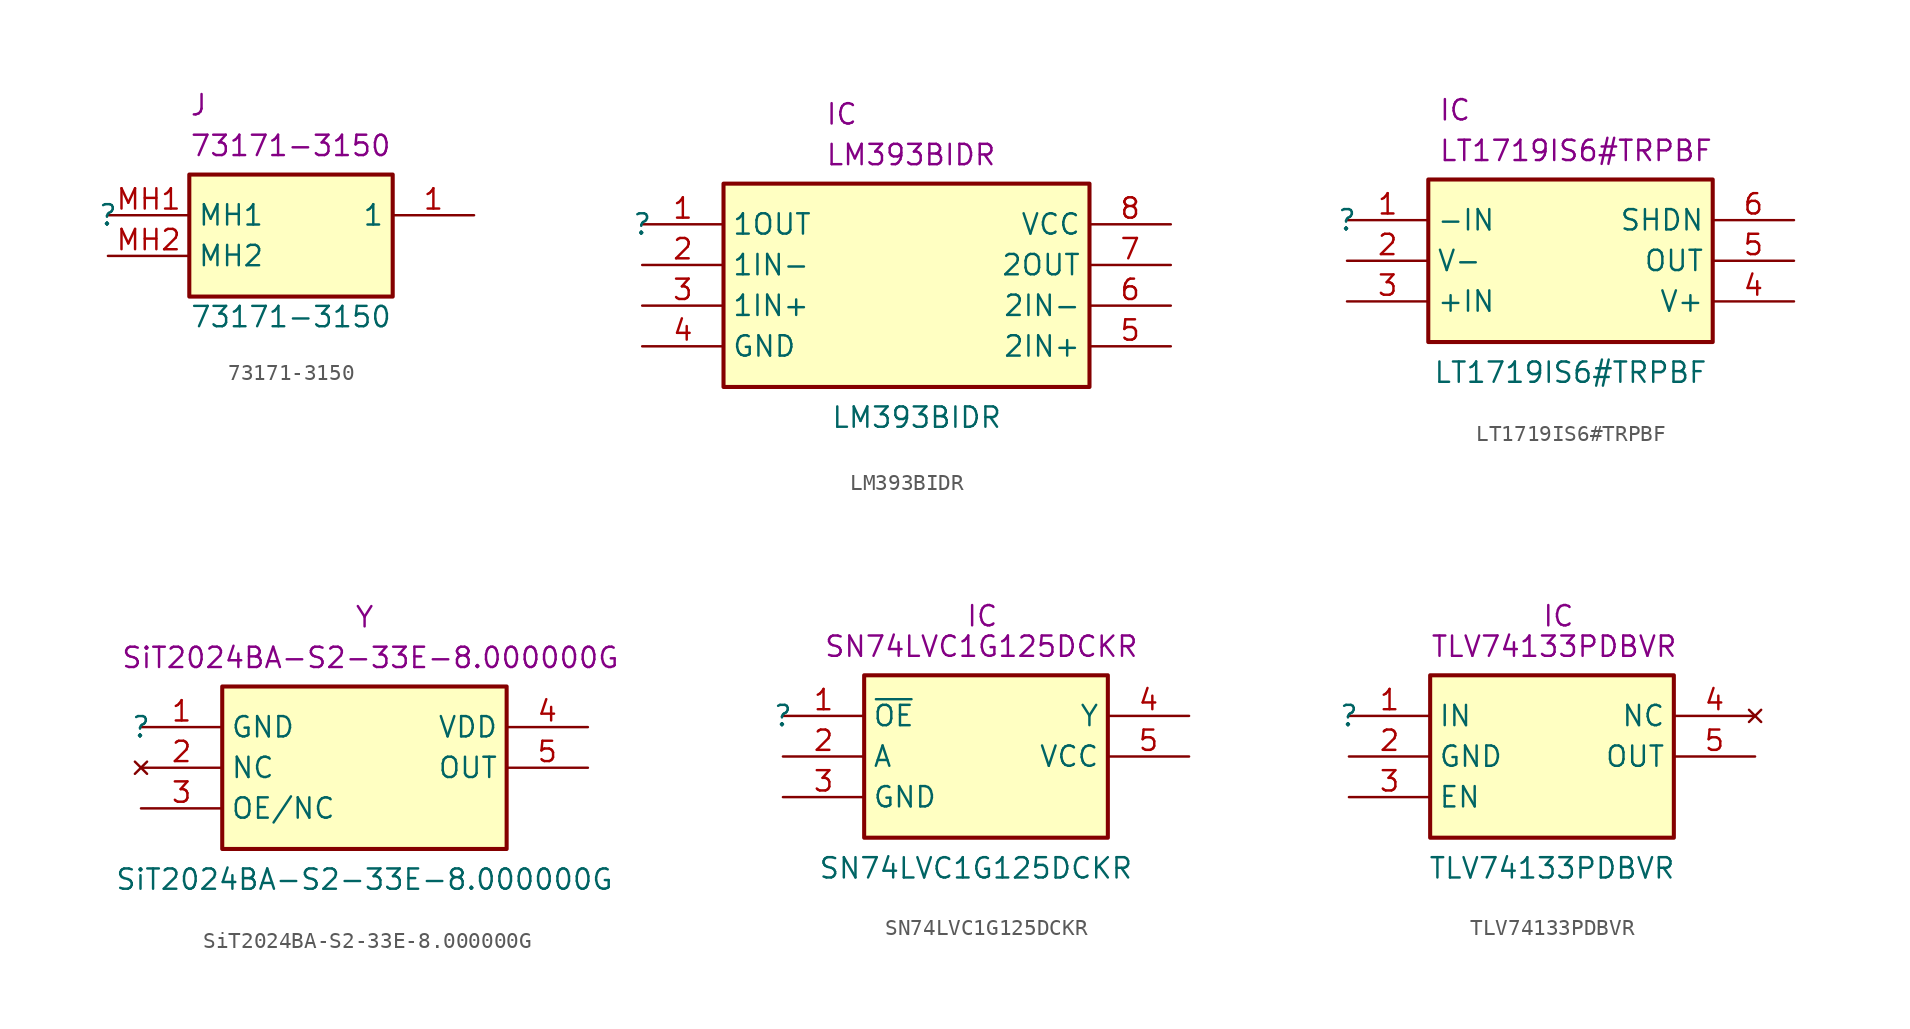
<source format=kicad_sym>
(kicad_symbol_lib
  (version 20211014)
  (generator kicad_symbol_editor)
  (symbol "73171-3150"
    (property "Reference" ""
      (at 0 0 0)
      (effects (font (size 1.27 1.27))))
    (property "Value" "73171-3150"
      (at 11.43 -6.35 0)
      (effects (font (size 1.27 1.27))))
    (property "Reference_1" "J"
      (at 5.08 7.62 0)
      (effects (font (size 1.27 1.27)) (justify left top)))
    (property "Value_1" "73171-3150"
      (at 5.08 5.08 0)
      (effects (font (size 1.27 1.27)) (justify left top)))
    (symbol "73171-3150_1_1"
      (rectangle (start 5.08 2.54) (end 17.78 -5.08) (stroke (width 0.254) (type default) (color 0 0 0 0)) (fill (type background)))
      (pin passive line (at 22.86 0 180) (length 5.08) (name "1" (effects (font (size 1.27 1.27)))) (number "1" (effects (font (size 1.27 1.27)))))
      (pin passive line (at 0 0 0) (length 5.08) (name "MH1" (effects (font (size 1.27 1.27)))) (number "MH1" (effects (font (size 1.27 1.27)))))
      (pin passive line (at 0 -2.54 0) (length 5.08) (name "MH2" (effects (font (size 1.27 1.27)))) (number "MH2" (effects (font (size 1.27 1.27)))))))
  (symbol "LM393BIDR"
    (property "Reference" ""
      (at 0 0 0)
      (effects (font (size 1.27 1.27))))
    (property "Value" "LM393BIDR"
      (at 17.145 -12.065 0)
      (effects (font (size 1.27 1.27))))
    (property "Reference_1" "IC"
      (at 11.43 7.62 0)
      (effects (font (size 1.27 1.27)) (justify left top)))
    (property "Value_1" "LM393BIDR"
      (at 11.43 5.08 0)
      (effects (font (size 1.27 1.27)) (justify left top)))
    (symbol "LM393BIDR_1_1"
      (rectangle (start 5.08 2.54) (end 27.94 -10.16) (stroke (width 0.254) (type default) (color 0 0 0 0)) (fill (type background)))
      (pin passive line (at 0 0 0) (length 5.08) (name "1OUT" (effects (font (size 1.27 1.27)))) (number "1" (effects (font (size 1.27 1.27)))))
      (pin passive line (at 0 -2.54 0) (length 5.08) (name "1IN-" (effects (font (size 1.27 1.27)))) (number "2" (effects (font (size 1.27 1.27)))))
      (pin passive line (at 0 -5.08 0) (length 5.08) (name "1IN+" (effects (font (size 1.27 1.27)))) (number "3" (effects (font (size 1.27 1.27)))))
      (pin passive line (at 0 -7.62 0) (length 5.08) (name "GND" (effects (font (size 1.27 1.27)))) (number "4" (effects (font (size 1.27 1.27)))))
      (pin passive line (at 33.02 -7.62 180) (length 5.08) (name "2IN+" (effects (font (size 1.27 1.27)))) (number "5" (effects (font (size 1.27 1.27)))))
      (pin passive line (at 33.02 -5.08 180) (length 5.08) (name "2IN-" (effects (font (size 1.27 1.27)))) (number "6" (effects (font (size 1.27 1.27)))))
      (pin passive line (at 33.02 -2.54 180) (length 5.08) (name "2OUT" (effects (font (size 1.27 1.27)))) (number "7" (effects (font (size 1.27 1.27)))))
      (pin passive line (at 33.02 0 180) (length 5.08) (name "VCC" (effects (font (size 1.27 1.27)))) (number "8" (effects (font (size 1.27 1.27)))))))
  (symbol "LT1719IS6#TRPBF"
    (property "Reference" ""
      (at 0 0 0)
      (effects (font (size 1.27 1.27))))
    (property "Value" "LT1719IS6#TRPBF"
      (at 13.97 -9.525 0)
      (effects (font (size 1.27 1.27))))
    (property "Reference_1" "IC"
      (at 5.715 7.62 0)
      (effects (font (size 1.27 1.27)) (justify left top)))
    (property "Value_1" "LT1719IS6#TRPBF"
      (at 5.715 5.08 0)
      (effects (font (size 1.27 1.27)) (justify left top)))
    (symbol "LT1719IS6#TRPBF_1_1"
      (rectangle (start 5.08 2.54) (end 22.86 -7.62) (stroke (width 0.254) (type default) (color 0 0 0 0)) (fill (type background)))
      (pin passive line (at 0 0 0) (length 5.08) (name "-IN" (effects (font (size 1.27 1.27)))) (number "1" (effects (font (size 1.27 1.27)))))
      (pin passive line (at 0 -2.54 0) (length 5.08) (name "V-" (effects (font (size 1.27 1.27)))) (number "2" (effects (font (size 1.27 1.27)))))
      (pin passive line (at 0 -5.08 0) (length 5.08) (name "+IN" (effects (font (size 1.27 1.27)))) (number "3" (effects (font (size 1.27 1.27)))))
      (pin passive line (at 27.94 -5.08 180) (length 5.08) (name "V+" (effects (font (size 1.27 1.27)))) (number "4" (effects (font (size 1.27 1.27)))))
      (pin passive line (at 27.94 -2.54 180) (length 5.08) (name "OUT" (effects (font (size 1.27 1.27)))) (number "5" (effects (font (size 1.27 1.27)))))
      (pin passive line (at 27.94 0 180) (length 5.08) (name "SHDN" (effects (font (size 1.27 1.27)))) (number "6" (effects (font (size 1.27 1.27)))))))
  (symbol "SiT2024BA-S2-33E-8.000000G"
    (property "Reference" ""
      (at 0 0 0)
      (effects (font (size 1.27 1.27))))
    (property "Value" "SiT2024BA-S2-33E-8.000000G"
      (at 13.97 -9.525 0)
      (effects (font (size 1.27 1.27))))
    (property "Reference_1" "Y"
      (at 13.335 7.62 0)
      (effects (font (size 1.27 1.27)) (justify left top)))
    (property "Value_1" "SiT2024BA-S2-33E-8.000000G"
      (at -1.27 5.08 0)
      (effects (font (size 1.27 1.27)) (justify left top)))
    (symbol "SiT2024BA-S2-33E-8.000000G_1_1"
      (rectangle (start 5.08 2.54) (end 22.86 -7.62) (stroke (width 0.254) (type default) (color 0 0 0 0)) (fill (type background)))
      (pin power_in line (at 0 0 0) (length 5.08) (name "GND" (effects (font (size 1.27 1.27)))) (number "1" (effects (font (size 1.27 1.27)))))
      (pin no_connect line (at 0 -2.54 0) (length 5.08) (name "NC" (effects (font (size 1.27 1.27)))) (number "2" (effects (font (size 1.27 1.27)))))
      (pin input line (at 0 -5.08 0) (length 5.08) (name "OE/NC" (effects (font (size 1.27 1.27)))) (number "3" (effects (font (size 1.27 1.27)))))
      (pin power_in line (at 27.94 0 180) (length 5.08) (name "VDD" (effects (font (size 1.27 1.27)))) (number "4" (effects (font (size 1.27 1.27)))))
      (pin output line (at 27.94 -2.54 180) (length 5.08) (name "OUT" (effects (font (size 1.27 1.27)))) (number "5" (effects (font (size 1.27 1.27)))))))
  (symbol "SN74LVC1G125DCKR"
    (property "Reference" ""
      (at 0 0 0)
      (effects (font (size 1.27 1.27))))
    (property "Value" "SN74LVC1G125DCKR"
      (at 12.065 -9.525 0)
      (effects (font (size 1.27 1.27))))
    (property "Reference_1" "IC"
      (at 11.43 6.985 0)
      (effects (font (size 1.27 1.27)) (justify left top)))
    (property "Value_1" "SN74LVC1G125DCKR"
      (at 2.54 5.08 0)
      (effects (font (size 1.27 1.27)) (justify left top)))
    (symbol "SN74LVC1G125DCKR_1_1"
      (rectangle (start 5.08 2.54) (end 20.32 -7.62) (stroke (width 0.254) (type default) (color 0 0 0 0)) (fill (type background)))
      (pin passive line (at 0 0 0) (length 5.08) (name "~{OE}" (effects (font (size 1.27 1.27)))) (number "1" (effects (font (size 1.27 1.27)))))
      (pin passive line (at 0 -2.54 0) (length 5.08) (name "A" (effects (font (size 1.27 1.27)))) (number "2" (effects (font (size 1.27 1.27)))))
      (pin passive line (at 0 -5.08 0) (length 5.08) (name "GND" (effects (font (size 1.27 1.27)))) (number "3" (effects (font (size 1.27 1.27)))))
      (pin passive line (at 25.4 0 180) (length 5.08) (name "Y" (effects (font (size 1.27 1.27)))) (number "4" (effects (font (size 1.27 1.27)))))
      (pin passive line (at 25.4 -2.54 180) (length 5.08) (name "VCC" (effects (font (size 1.27 1.27)))) (number "5" (effects (font (size 1.27 1.27)))))))
  (symbol "TLV74133PDBVR"
    (property "Reference" ""
      (at 0 0 0)
      (effects (font (size 1.27 1.27))))
    (property "Value" "TLV74133PDBVR"
      (at 12.7 -9.525 0)
      (effects (font (size 1.27 1.27))))
    (property "Reference_1" "IC"
      (at 12.065 6.985 0)
      (effects (font (size 1.27 1.27)) (justify left top)))
    (property "Value_1" "TLV74133PDBVR"
      (at 5.08 5.08 0)
      (effects (font (size 1.27 1.27)) (justify left top)))
    (symbol "TLV74133PDBVR_1_1"
      (rectangle (start 5.08 2.54) (end 20.32 -7.62) (stroke (width 0.254) (type default) (color 0 0 0 0)) (fill (type background)))
      (pin passive line (at 0 0 0) (length 5.08) (name "IN" (effects (font (size 1.27 1.27)))) (number "1" (effects (font (size 1.27 1.27)))))
      (pin passive line (at 0 -2.54 0) (length 5.08) (name "GND" (effects (font (size 1.27 1.27)))) (number "2" (effects (font (size 1.27 1.27)))))
      (pin passive line (at 0 -5.08 0) (length 5.08) (name "EN" (effects (font (size 1.27 1.27)))) (number "3" (effects (font (size 1.27 1.27)))))
      (pin no_connect line (at 25.4 0 180) (length 5.08) (name "NC" (effects (font (size 1.27 1.27)))) (number "4" (effects (font (size 1.27 1.27)))))
      (pin passive line (at 25.4 -2.54 180) (length 5.08) (name "OUT" (effects (font (size 1.27 1.27)))) (number "5" (effects (font (size 1.27 1.27))))))))
</source>
